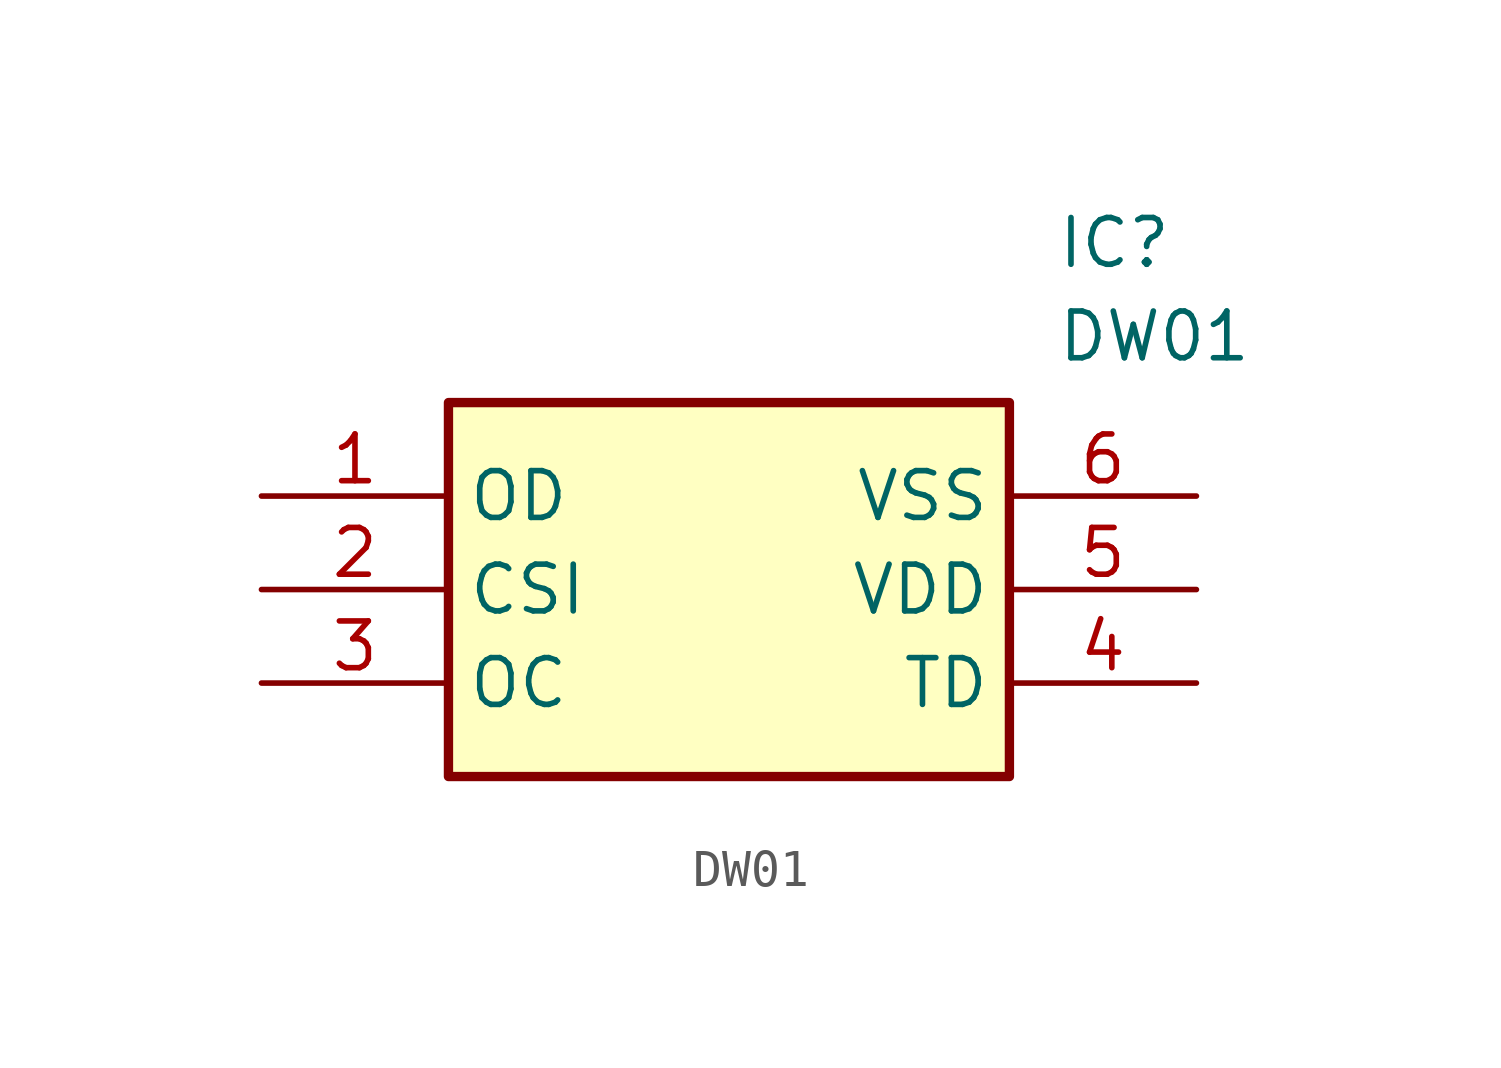
<source format=kicad_sym>
(kicad_symbol_lib
  (version 20211014)
  (generator SamacSys_ECAD_Model)
  (symbol "DW01"
    (property "Reference" "IC"
      (at 21.59 7.62 0)
      (effects (font (size 1.27 1.27)) (justify left top)))
    (property "Value" "DW01"
      (at 21.59 5.08 0)
      (effects (font (size 1.27 1.27)) (justify left top)))
    (rectangle
      (start 5.08 2.54)
      (end 20.32 -7.62)
      (stroke (width 0.254) (type default))
      (fill (type background)))
    (pin passive line
      (at 0 0 0)
      (length 5.08)
      (name "OD" (effects (font (size 1.27 1.27))))
      (number "1" (effects (font (size 1.27 1.27)))))
    (pin passive line
      (at 0 -2.54 0)
      (length 5.08)
      (name "CSI" (effects (font (size 1.27 1.27))))
      (number "2" (effects (font (size 1.27 1.27)))))
    (pin passive line
      (at 0 -5.08 0)
      (length 5.08)
      (name "OC" (effects (font (size 1.27 1.27))))
      (number "3" (effects (font (size 1.27 1.27)))))
    (pin passive line
      (at 25.4 0 180)
      (length 5.08)
      (name "VSS" (effects (font (size 1.27 1.27))))
      (number "6" (effects (font (size 1.27 1.27)))))
    (pin passive line
      (at 25.4 -2.54 180)
      (length 5.08)
      (name "VDD" (effects (font (size 1.27 1.27))))
      (number "5" (effects (font (size 1.27 1.27)))))
    (pin passive line
      (at 25.4 -5.08 180)
      (length 5.08)
      (name "TD" (effects (font (size 1.27 1.27))))
      (number "4" (effects (font (size 1.27 1.27)))))))
</source>
